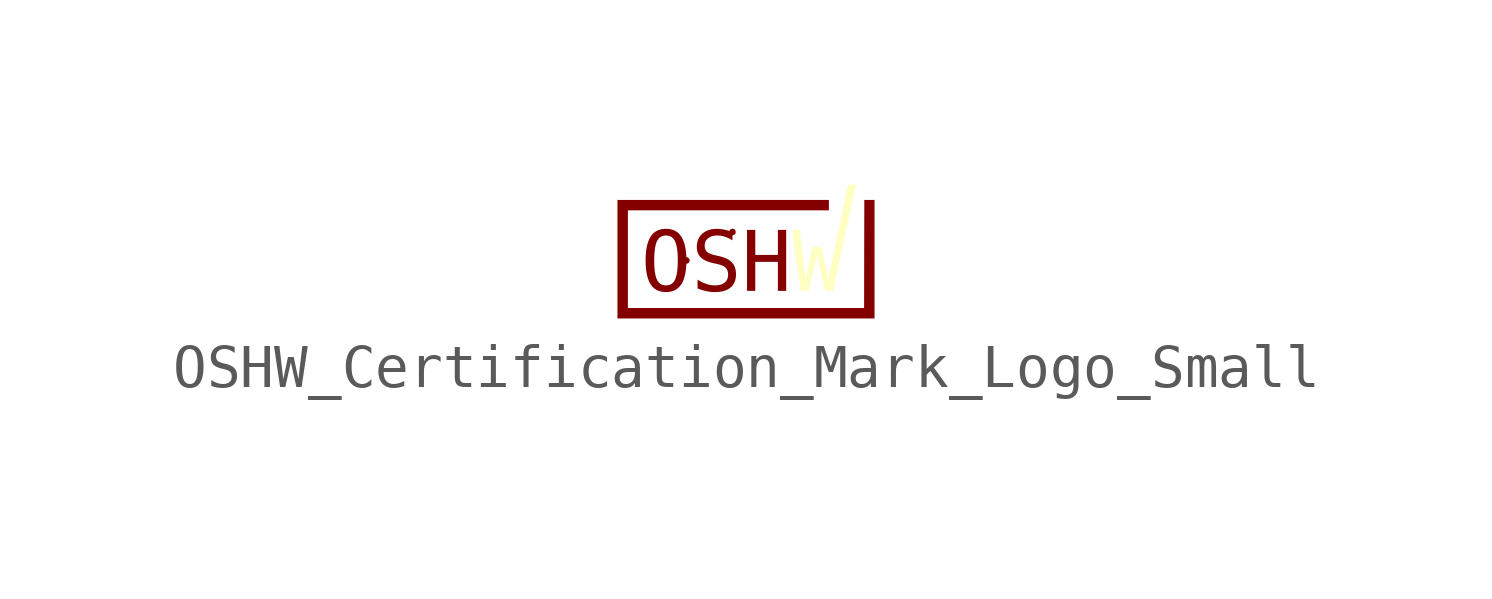
<source format=kicad_sym>
(kicad_symbol_lib
  (version 20231120)
  (generator "kicad_symbol_editor")
  (generator_version "8.0")
  (symbol "OSHW_Certification_Mark_Logo_Small"
    (property "Reference" "LOGO"
      (at 0 0 0)
      (effects (font (size 1.27 1.27)) (hide yes)))
    (symbol "OSHW_Certification_Mark_Logo_Small_1_1"
      (polyline (pts (xy -1.391 -0.214) (xy -1.391 -0.214) (xy -1.391 -0.214)) (stroke (width 0) (type default)) (fill (type outline)))
      (polyline (pts (xy -0.316 0.45) (xy -0.316 0.45) (xy -0.316 0.45)) (stroke (width 0) (type default)) (fill (type outline)))
      (polyline (pts (xy 3 -1.568) (xy -3 -1.568) (xy -3 1.199) (xy -3 1.199) (xy 1.934 1.199) (xy 1.934 0.955) (xy -2.756 0.955) (xy -2.756 -1.324) (xy 2.756 -1.324) (xy 2.761 1.199) (xy 3 1.199)) (stroke (width -0.0001) (type default)) (fill (type outline)))
      (polyline (pts (xy 0.217 -0.085) (xy 0.744 -0.085) (xy 0.744 0.499) (xy 0.938 0.499) (xy 0.938 -0.924) (xy 0.744 -0.924) (xy 0.744 -0.247) (xy 0.217 -0.247) (xy 0.217 -0.924) (xy 0.024 -0.924) (xy 0.024 0.499) (xy 0.217 0.499)) (stroke (width -0.0001) (type default)) (fill (type outline)))
      (polyline (pts (xy 2.03 -0.924) (xy 1.848 -0.924) (xy 1.655 -0.079) (xy 1.462 -0.924) (xy 1.28 -0.924) (xy 1.068 0.499) (xy 1.256 0.499) (xy 1.392 -0.656) (xy 1.554 0.108) (xy 1.755 0.108) (xy 1.919 -0.658) (xy 2.38 1.556) (xy 2.568 1.556)) (stroke (width -0.0001) (type default)) (fill (type background)))
      (polyline (pts (xy -1.838 0.524) (xy -1.809 0.521) (xy -1.782 0.518) (xy -1.755 0.513) (xy -1.729 0.506) (xy -1.704 0.499) (xy -1.681 0.489) (xy -1.658 0.479) (xy -1.636 0.467) (xy -1.615 0.453) (xy -1.595 0.438) (xy -1.576 0.421) (xy -1.558 0.404) (xy -1.541 0.384) (xy -1.525 0.363) (xy -1.509 0.341) (xy -1.495 0.318) (xy -1.482 0.293) (xy -1.469 0.266) (xy -1.458 0.238) (xy -1.447 0.208) (xy -1.437 0.177) (xy -1.429 0.145) (xy -1.421 0.111) (xy -1.414 0.075) (xy -1.408 0.039) (xy -1.403 0.0001) (xy -1.399 -0.04) (xy -1.395 -0.081) (xy -1.393 -0.124) (xy -1.392 -0.168) (xy -1.391 -0.214) (xy -1.392 -0.26) (xy -1.393 -0.304) (xy -1.395 -0.347) (xy -1.399 -0.388) (xy -1.403 -0.428) (xy -1.408 -0.466) (xy -1.414 -0.503) (xy -1.421 -0.539) (xy -1.429 -0.573) (xy -1.437 -0.605) (xy -1.447 -0.636) (xy -1.458 -0.666) (xy -1.469 -0.694) (xy -1.482 -0.72) (xy -1.495 -0.745) (xy -1.509 -0.769) (xy -1.517 -0.78) (xy -1.525 -0.791) (xy -1.532 -0.802) (xy -1.541 -0.812) (xy -1.549 -0.822) (xy -1.558 -0.831) (xy -1.567 -0.84) (xy -1.576 -0.849) (xy -1.585 -0.857) (xy -1.595 -0.865) (xy -1.605 -0.873) (xy -1.615 -0.88) (xy -1.625 -0.887) (xy -1.636 -0.894) (xy -1.647 -0.9) (xy -1.658 -0.906) (xy -1.669 -0.912) (xy -1.681 -0.917) (xy -1.692 -0.922) (xy -1.704 -0.926) (xy -1.717 -0.93) (xy -1.729 -0.934) (xy -1.742 -0.937) (xy -1.755 -0.94) (xy -1.768 -0.943) (xy -1.782 -0.945) (xy -1.809 -0.949) (xy -1.838 -0.951) (xy -1.868 -0.952) (xy -1.897 -0.951) (xy -1.926 -0.949) (xy -1.954 -0.945) (xy -1.981 -0.941) (xy -2.006 -0.934) (xy -2.031 -0.926) (xy -2.055 -0.917) (xy -2.078 -0.906) (xy -2.1 -0.894) (xy -2.121 -0.881) (xy -2.141 -0.866) (xy -2.16 -0.85) (xy -2.178 -0.832) (xy -2.195 -0.812) (xy -2.211 -0.792) (xy -2.226 -0.77) (xy -2.24 -0.746) (xy -2.254 -0.721) (xy -2.266 -0.695) (xy -2.277 -0.667) (xy -2.288 -0.637) (xy -2.297 -0.606) (xy -2.306 -0.574) (xy -2.314 -0.54) (xy -2.321 -0.504) (xy -2.327 -0.468) (xy -2.332 -0.429) (xy -2.336 -0.389) (xy -2.339 -0.348) (xy -2.341 -0.305) (xy -2.343 -0.26) (xy -2.343 -0.214) (xy -2.142 -0.214) (xy -2.141 -0.29) (xy -2.138 -0.359) (xy -2.133 -0.424) (xy -2.126 -0.482) (xy -2.122 -0.509) (xy -2.117 -0.535) (xy -2.112 -0.56) (xy -2.106 -0.583) (xy -2.1 -0.605) (xy -2.093 -0.625) (xy -2.086 -0.644) (xy -2.078 -0.661) (xy -2.07 -0.677) (xy -2.066 -0.685) (xy -2.061 -0.693) (xy -2.056 -0.7) (xy -2.051 -0.707) (xy -2.046 -0.714) (xy -2.041 -0.72) (xy -2.035 -0.726) (xy -2.03 -0.732) (xy -2.024 -0.738) (xy -2.018 -0.743) (xy -2.012 -0.748) (xy -2.006 -0.753) (xy -2 -0.758) (xy -1.993 -0.762) (xy -1.987 -0.766) (xy -1.98 -0.77) (xy -1.973 -0.773) (xy -1.966 -0.777) (xy -1.958 -0.78) (xy -1.951 -0.782) (xy -1.943 -0.785) (xy -1.936 -0.787) (xy -1.928 -0.789) (xy -1.92 -0.791) (xy -1.911 -0.792) (xy -1.903 -0.793) (xy -1.894 -0.794) (xy -1.886 -0.795) (xy -1.868 -0.795) (xy -1.85 -0.795) (xy -1.832 -0.793) (xy -1.816 -0.791) (xy -1.8 -0.787) (xy -1.784 -0.782) (xy -1.769 -0.777) (xy -1.755 -0.77) (xy -1.742 -0.762) (xy -1.729 -0.753) (xy -1.717 -0.743) (xy -1.705 -0.733) (xy -1.694 -0.721) (xy -1.684 -0.708) (xy -1.674 -0.693) (xy -1.665 -0.678) (xy -1.657 -0.662) (xy -1.649 -0.645) (xy -1.642 -0.626) (xy -1.635 -0.605) (xy -1.629 -0.584) (xy -1.623 -0.561) (xy -1.618 -0.536) (xy -1.613 -0.51) (xy -1.609 -0.483) (xy -1.605 -0.454) (xy -1.601 -0.424) (xy -1.599 -0.393) (xy -1.596 -0.36) (xy -1.595 -0.326) (xy -1.593 -0.29) (xy -1.593 -0.253) (xy -1.592 -0.214) (xy -1.593 -0.139) (xy -1.596 -0.069) (xy -1.601 -0.004) (xy -1.609 0.054) (xy -1.613 0.082) (xy -1.618 0.108) (xy -1.623 0.132) (xy -1.629 0.155) (xy -1.635 0.177) (xy -1.642 0.197) (xy -1.649 0.216) (xy -1.657 0.234) (xy -1.665 0.25) (xy -1.67 0.258) (xy -1.674 0.265) (xy -1.679 0.272) (xy -1.684 0.279) (xy -1.689 0.286) (xy -1.694 0.292) (xy -1.7 0.299) (xy -1.705 0.305) (xy -1.711 0.31) (xy -1.717 0.316) (xy -1.723 0.321) (xy -1.729 0.326) (xy -1.735 0.33) (xy -1.742 0.335) (xy -1.748 0.339) (xy -1.755 0.342) (xy -1.762 0.346) (xy -1.769 0.349) (xy -1.777 0.352) (xy -1.784 0.355) (xy -1.792 0.357) (xy -1.8 0.36) (xy -1.808 0.362) (xy -1.816 0.363) (xy -1.824 0.365) (xy -1.832 0.366) (xy -1.841 0.367) (xy -1.85 0.368) (xy -1.868 0.368) (xy -1.886 0.368) (xy -1.903 0.366) (xy -1.92 0.363) (xy -1.936 0.36) (xy -1.951 0.355) (xy -1.966 0.349) (xy -1.98 0.342) (xy -1.993 0.335) (xy -2.006 0.326) (xy -2.018 0.316) (xy -2.03 0.305) (xy -2.041 0.292) (xy -2.051 0.279) (xy -2.061 0.265) (xy -2.07 0.25) (xy -2.078 0.234) (xy -2.086 0.216) (xy -2.093 0.197) (xy -2.1 0.177) (xy -2.106 0.155) (xy -2.112 0.132) (xy -2.117 0.108) (xy -2.122 0.082) (xy -2.126 0.054) (xy -2.13 0.026) (xy -2.133 -0.004) (xy -2.136 -0.036) (xy -2.138 -0.069) (xy -2.14 -0.103) (xy -2.141 -0.139) (xy -2.142 -0.176) (xy -2.142 -0.214) (xy -2.343 -0.214) (xy -2.343 -0.168) (xy -2.341 -0.124) (xy -2.339 -0.081) (xy -2.336 -0.04) (xy -2.332 0.0001) (xy -2.327 0.039) (xy -2.321 0.075) (xy -2.314 0.111) (xy -2.306 0.145) (xy -2.297 0.177) (xy -2.288 0.208) (xy -2.277 0.238) (xy -2.266 0.266) (xy -2.254 0.293) (xy -2.24 0.318) (xy -2.226 0.341) (xy -2.219 0.353) (xy -2.211 0.363) (xy -2.203 0.374) (xy -2.195 0.384) (xy -2.186 0.394) (xy -2.178 0.404) (xy -2.169 0.413) (xy -2.159 0.421) (xy -2.15 0.43) (xy -2.14 0.438) (xy -2.131 0.446) (xy -2.12 0.453) (xy -2.11 0.46) (xy -2.099 0.467) (xy -2.088 0.473) (xy -2.077 0.479) (xy -2.066 0.484) (xy -2.055 0.489) (xy -2.043 0.494) (xy -2.031 0.499) (xy -2.018 0.503) (xy -2.006 0.506) (xy -1.993 0.51) (xy -1.98 0.513) (xy -1.954 0.518) (xy -1.926 0.521) (xy -1.897 0.524) (xy -1.868 0.524)) (stroke (width -0.0001) (type default)) (fill (type outline)))
      (polyline (pts (xy -0.658 0.524) (xy -0.638 0.523) (xy -0.616 0.521) (xy -0.595 0.519) (xy -0.573 0.517) (xy -0.551 0.513) (xy -0.529 0.509) (xy -0.507 0.505) (xy -0.484 0.5) (xy -0.461 0.495) (xy -0.437 0.489) (xy -0.414 0.482) (xy -0.39 0.475) (xy -0.365 0.467) (xy -0.341 0.459) (xy -0.316 0.45) (xy -0.316 0.254) (xy -0.338 0.268) (xy -0.36 0.281) (xy -0.382 0.293) (xy -0.404 0.304) (xy -0.426 0.314) (xy -0.448 0.323) (xy -0.47 0.332) (xy -0.492 0.339) (xy -0.514 0.346) (xy -0.536 0.352) (xy -0.558 0.357) (xy -0.58 0.361) (xy -0.603 0.364) (xy -0.625 0.366) (xy -0.647 0.367) (xy -0.67 0.368) (xy -0.686 0.368) (xy -0.703 0.367) (xy -0.719 0.366) (xy -0.734 0.364) (xy -0.749 0.362) (xy -0.764 0.359) (xy -0.778 0.356) (xy -0.791 0.352) (xy -0.805 0.348) (xy -0.818 0.343) (xy -0.83 0.338) (xy -0.842 0.332) (xy -0.853 0.326) (xy -0.864 0.319) (xy -0.875 0.312) (xy -0.885 0.304) (xy -0.894 0.296) (xy -0.903 0.287) (xy -0.912 0.279) (xy -0.919 0.27) (xy -0.927 0.26) (xy -0.933 0.251) (xy -0.939 0.24) (xy -0.944 0.23) (xy -0.949 0.219) (xy -0.953 0.208) (xy -0.956 0.196) (xy -0.959 0.184) (xy -0.961 0.172) (xy -0.963 0.16) (xy -0.964 0.147) (xy -0.964 0.133) (xy -0.964 0.122) (xy -0.963 0.111) (xy -0.962 0.1) (xy -0.961 0.089) (xy -0.959 0.079) (xy -0.957 0.069) (xy -0.954 0.059) (xy -0.951 0.05) (xy -0.948 0.041) (xy -0.944 0.033) (xy -0.94 0.025) (xy -0.935 0.017) (xy -0.93 0.01) (xy -0.925 0.003) (xy -0.919 -0.004) (xy -0.913 -0.011) (xy -0.906 -0.017) (xy -0.898 -0.023) (xy -0.89 -0.029) (xy -0.881 -0.034) (xy -0.871 -0.04) (xy -0.861 -0.045) (xy -0.85 -0.051) (xy -0.838 -0.056) (xy -0.825 -0.061) (xy -0.812 -0.066) (xy -0.798 -0.071) (xy -0.784 -0.076) (xy -0.768 -0.08) (xy -0.752 -0.085) (xy -0.736 -0.089) (xy -0.718 -0.093) (xy -0.617 -0.116) (xy -0.593 -0.122) (xy -0.569 -0.129) (xy -0.546 -0.136) (xy -0.524 -0.143) (xy -0.503 -0.151) (xy -0.482 -0.159) (xy -0.463 -0.167) (xy -0.444 -0.176) (xy -0.426 -0.186) (xy -0.409 -0.196) (xy -0.393 -0.206) (xy -0.378 -0.216) (xy -0.364 -0.227) (xy -0.35 -0.239) (xy -0.337 -0.251) (xy -0.326 -0.263) (xy -0.315 -0.276) (xy -0.304 -0.289) (xy -0.294 -0.303) (xy -0.285 -0.318) (xy -0.277 -0.333) (xy -0.27 -0.348) (xy -0.263 -0.364) (xy -0.257 -0.381) (xy -0.252 -0.399) (xy -0.247 -0.416) (xy -0.243 -0.435) (xy -0.24 -0.454) (xy -0.237 -0.473) (xy -0.235 -0.494) (xy -0.234 -0.514) (xy -0.234 -0.536) (xy -0.234 -0.561) (xy -0.236 -0.585) (xy -0.238 -0.608) (xy -0.242 -0.631) (xy -0.246 -0.653) (xy -0.252 -0.674) (xy -0.258 -0.695) (xy -0.266 -0.715) (xy -0.274 -0.734) (xy -0.283 -0.752) (xy -0.293 -0.769) (xy -0.305 -0.786) (xy -0.317 -0.802) (xy -0.33 -0.817) (xy -0.345 -0.832) (xy -0.36 -0.845) (xy -0.376 -0.858) (xy -0.393 -0.87) (xy -0.411 -0.882) (xy -0.43 -0.892) (xy -0.45 -0.902) (xy -0.47 -0.91) (xy -0.492 -0.918) (xy -0.514 -0.925) (xy -0.537 -0.932) (xy -0.562 -0.937) (xy -0.587 -0.942) (xy -0.613 -0.945) (xy -0.64 -0.948) (xy -0.667 -0.95) (xy -0.696 -0.952) (xy -0.726 -0.952) (xy -0.751 -0.952) (xy -0.776 -0.951) (xy -0.801 -0.949) (xy -0.826 -0.947) (xy -0.851 -0.944) (xy -0.876 -0.94) (xy -0.902 -0.935) (xy -0.927 -0.93) (xy -0.952 -0.925) (xy -0.977 -0.918) (xy -1.003 -0.911) (xy -1.028 -0.904) (xy -1.054 -0.895) (xy -1.079 -0.886) (xy -1.104 -0.877) (xy -1.13 -0.866) (xy -1.13 -0.661) (xy -1.103 -0.678) (xy -1.076 -0.694) (xy -1.049 -0.708) (xy -1.023 -0.722) (xy -0.998 -0.734) (xy -0.972 -0.745) (xy -0.948 -0.755) (xy -0.923 -0.763) (xy -0.898 -0.771) (xy -0.874 -0.778) (xy -0.849 -0.783) (xy -0.825 -0.788) (xy -0.8 -0.791) (xy -0.775 -0.794) (xy -0.751 -0.795) (xy -0.726 -0.796) (xy -0.708 -0.795) (xy -0.69 -0.795) (xy -0.673 -0.793) (xy -0.657 -0.792) (xy -0.641 -0.789) (xy -0.625 -0.787) (xy -0.611 -0.783) (xy -0.596 -0.78) (xy -0.582 -0.775) (xy -0.569 -0.77) (xy -0.556 -0.765) (xy -0.543 -0.759) (xy -0.532 -0.753) (xy -0.52 -0.746) (xy -0.509 -0.739) (xy -0.499 -0.731) (xy -0.489 -0.723) (xy -0.48 -0.714) (xy -0.471 -0.705) (xy -0.464 -0.695) (xy -0.456 -0.685) (xy -0.45 -0.674) (xy -0.444 -0.664) (xy -0.438 -0.652) (xy -0.433 -0.641) (xy -0.429 -0.629) (xy -0.426 -0.616) (xy -0.423 -0.603) (xy -0.421 -0.59) (xy -0.419 -0.577) (xy -0.418 -0.562) (xy -0.418 -0.548) (xy -0.418 -0.535) (xy -0.419 -0.522) (xy -0.42 -0.51) (xy -0.421 -0.498) (xy -0.423 -0.486) (xy -0.426 -0.475) (xy -0.429 -0.464) (xy -0.432 -0.454) (xy -0.436 -0.444) (xy -0.44 -0.434) (xy -0.445 -0.425) (xy -0.45 -0.416) (xy -0.455 -0.408) (xy -0.461 -0.4) (xy -0.467 -0.392) (xy -0.474 -0.385) (xy -0.481 -0.378) (xy -0.489 -0.371) (xy -0.498 -0.365) (xy -0.507 -0.358) (xy -0.517 -0.352) (xy -0.527 -0.346) (xy -0.538 -0.341) (xy -0.55 -0.335) (xy -0.563 -0.33) (xy -0.576 -0.325) (xy -0.589 -0.32) (xy -0.604 -0.315) (xy -0.619 -0.311) (xy -0.634 -0.306) (xy -0.651 -0.302) (xy -0.668 -0.298) (xy -0.771 -0.275) (xy -0.795 -0.269) (xy -0.818 -0.263) (xy -0.841 -0.256) (xy -0.863 -0.249) (xy -0.884 -0.242) (xy -0.904 -0.234) (xy -0.923 -0.227) (xy -0.942 -0.218) (xy -0.959 -0.21) (xy -0.976 -0.201) (xy -0.992 -0.191) (xy -1.007 -0.182) (xy -1.021 -0.172) (xy -1.034 -0.161) (xy -1.047 -0.15) (xy -1.058 -0.139) (xy -1.069 -0.128) (xy -1.079 -0.116) (xy -1.089 -0.103) (xy -1.098 -0.09) (xy -1.106 -0.076) (xy -1.113 -0.063) (xy -1.12 -0.048) (xy -1.126 -0.033) (xy -1.131 -0.018) (xy -1.135 -0.002) (xy -1.139 0.015) (xy -1.142 0.032) (xy -1.145 0.049) (xy -1.147 0.067) (xy -1.148 0.085) (xy -1.148 0.104) (xy -1.147 0.127) (xy -1.146 0.15) (xy -1.143 0.173) (xy -1.14 0.194) (xy -1.135 0.215) (xy -1.13 0.236) (xy -1.123 0.256) (xy -1.116 0.275) (xy -1.108 0.294) (xy -1.098 0.312) (xy -1.088 0.33) (xy -1.076 0.347) (xy -1.064 0.363) (xy -1.05 0.379) (xy -1.036 0.394) (xy -1.02 0.409) (xy -1.004 0.423) (xy -0.987 0.436) (xy -0.969 0.448) (xy -0.951 0.459) (xy -0.932 0.47) (xy -0.912 0.479) (xy -0.892 0.488) (xy -0.871 0.495) (xy -0.849 0.502) (xy -0.827 0.508) (xy -0.804 0.513) (xy -0.78 0.517) (xy -0.756 0.52) (xy -0.731 0.522) (xy -0.705 0.524) (xy -0.679 0.524)) (stroke (width -0.0001) (type default)) (fill (type outline))))))
</source>
